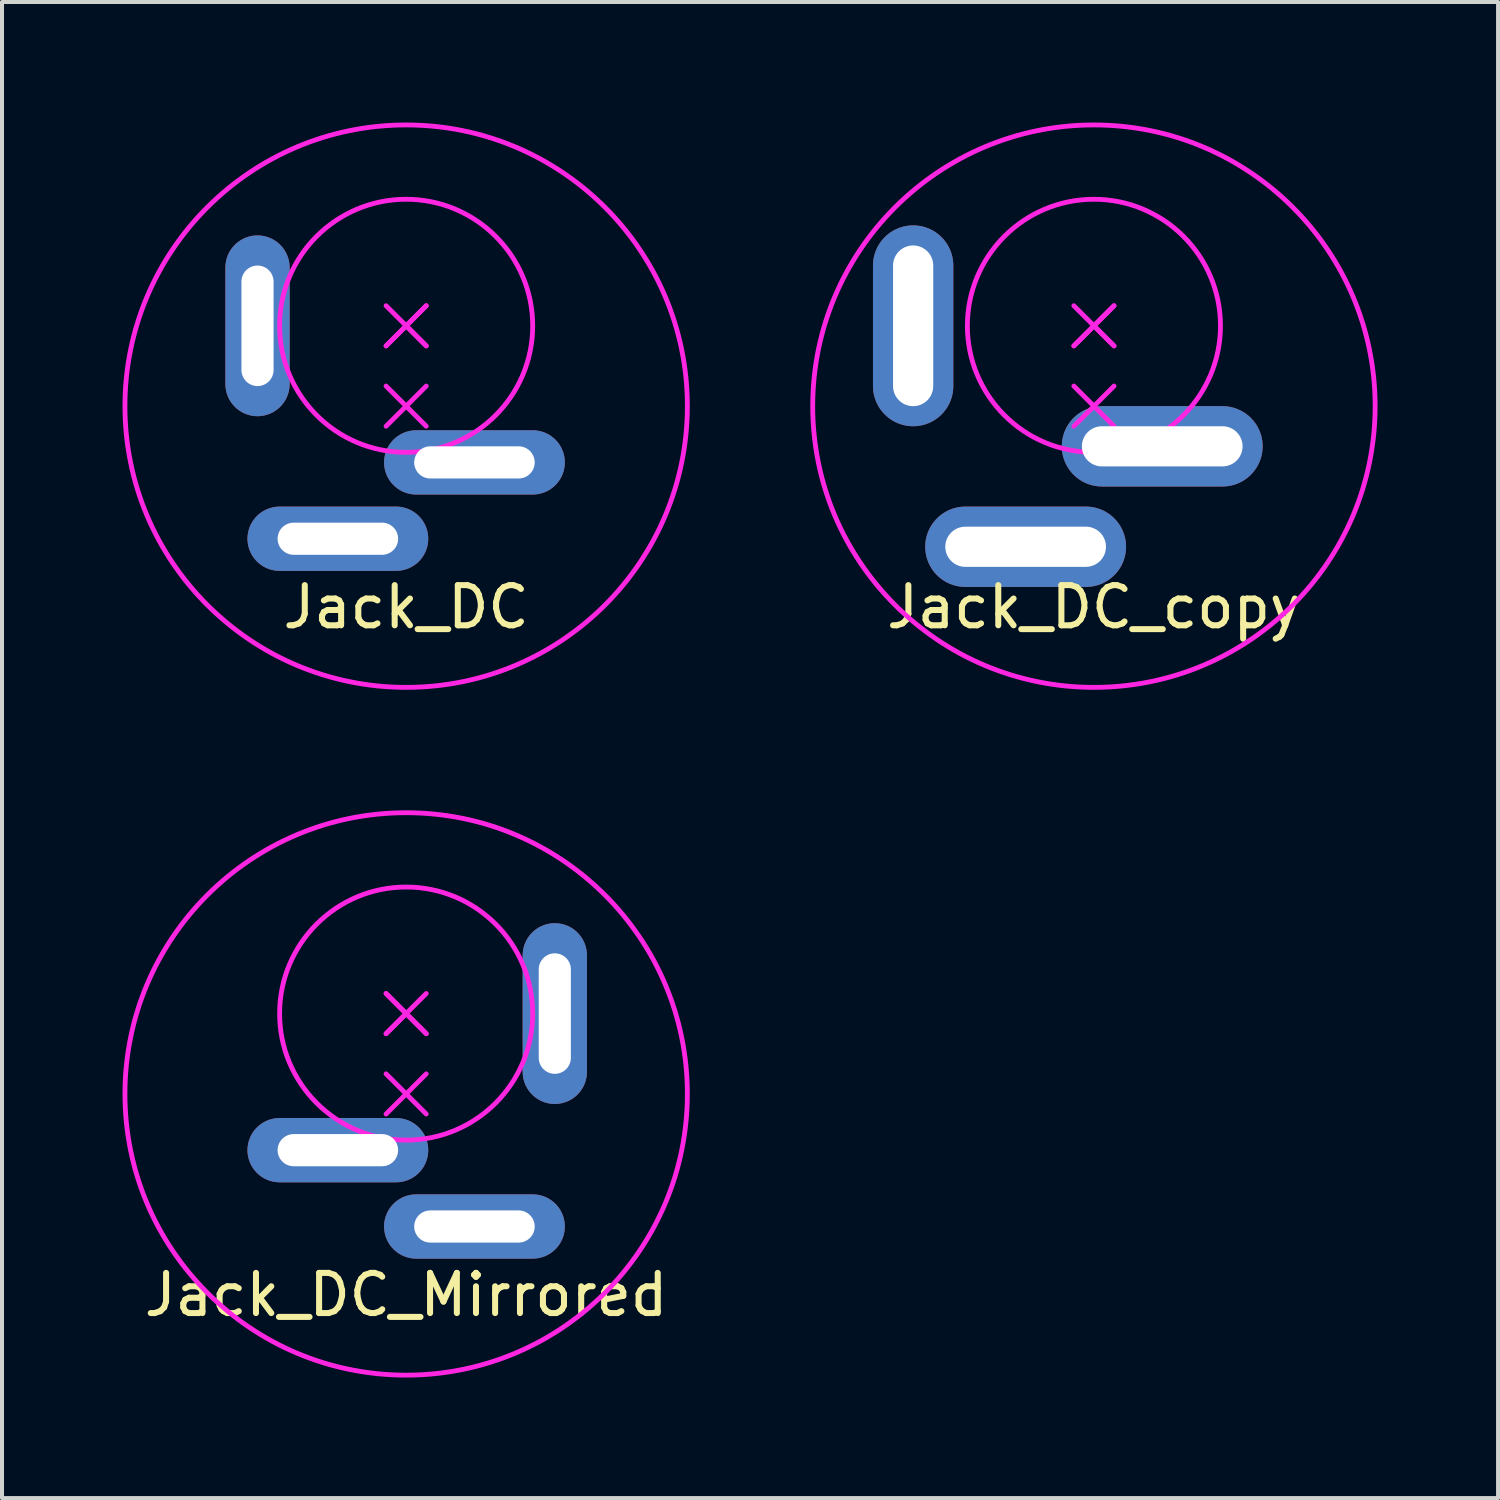
<source format=kicad_pcb>
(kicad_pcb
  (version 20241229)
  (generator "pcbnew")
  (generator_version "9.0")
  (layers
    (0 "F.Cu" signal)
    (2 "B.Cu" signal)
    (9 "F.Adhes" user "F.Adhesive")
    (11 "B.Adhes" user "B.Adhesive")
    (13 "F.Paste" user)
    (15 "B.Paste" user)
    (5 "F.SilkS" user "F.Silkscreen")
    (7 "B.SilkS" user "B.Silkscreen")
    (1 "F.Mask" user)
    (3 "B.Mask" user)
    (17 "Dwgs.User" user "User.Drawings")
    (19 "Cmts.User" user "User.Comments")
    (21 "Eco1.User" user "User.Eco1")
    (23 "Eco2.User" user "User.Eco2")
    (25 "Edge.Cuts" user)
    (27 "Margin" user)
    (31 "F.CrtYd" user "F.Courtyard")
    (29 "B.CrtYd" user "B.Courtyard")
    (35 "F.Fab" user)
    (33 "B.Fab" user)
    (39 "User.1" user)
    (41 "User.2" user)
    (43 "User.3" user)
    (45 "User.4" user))
  (footprint "Jack_DC_Mirrored"
    (layer "F.Cu")
    (at 7.06 24.18)
    (property "Reference" "Jack_DC_Mirrored" (at 0 5 0) (layer "F.SilkS") (effects (font (size 1 1) (thickness 0.15))))
    (attr through_hole)
    (fp_line (start -0.5 -2.5) (end 0 -2) (stroke (width 0.12) (type solid)) (layer "F.CrtYd"))
    (fp_line (start -0.5 -1.5) (end 0 -2) (stroke (width 0.12) (type solid)) (layer "F.CrtYd"))
    (fp_line (start -0.5 -0.5) (end 0.5 0.5) (stroke (width 0.12) (type solid)) (layer "F.CrtYd"))
    (fp_line (start 0 -2) (end -0.5 -2.5) (stroke (width 0.12) (type solid)) (layer "F.CrtYd"))
    (fp_line (start 0 -2) (end -0.5 -1.5) (stroke (width 0.12) (type solid)) (layer "F.CrtYd"))
    (fp_line (start 0 -2) (end 0.5 -2.5) (stroke (width 0.12) (type solid)) (layer "F.CrtYd"))
    (fp_line (start 0 -2) (end 0.5 -1.5) (stroke (width 0.12) (type solid)) (layer "F.CrtYd"))
    (fp_line (start 0 0) (end -0.5 0.5) (stroke (width 0.12) (type solid)) (layer "F.CrtYd"))
    (fp_line (start 0 0) (end 0.5 -0.5) (stroke (width 0.12) (type solid)) (layer "F.CrtYd"))
    (fp_line (start 0.5 -1.5) (end 0 -2) (stroke (width 0.12) (type solid)) (layer "F.CrtYd"))
    (fp_circle (center 0 -2) (end 0 -5.15) (stroke (width 0.12) (type solid)) (fill no) (layer "F.CrtYd"))
    (fp_circle (center 0 0) (end -7 0) (stroke (width 0.12) (type solid)) (fill no) (layer "F.CrtYd"))
    (pad "1" thru_hole oval (at -1.7 1.4) (size 4.5 1.6) (drill oval 3 0.8) (layers "*.Cu" "*.Mask"))
    (pad "2" thru_hole oval (at 1.7 3.3) (size 4.5 1.6) (drill oval 3 0.8) (layers "*.Cu" "*.Mask"))
    (pad "3" thru_hole oval (at 3.7 -2) (size 1.6 4.5) (drill oval 0.8 3) (layers "*.Cu" "*.Mask")))
  (footprint "Jack_DC_copy"
    (layer "F.Cu")
    (at 24.18 7.06)
    (property "Reference" "Jack_DC_copy" (at 0 5 0) (layer "F.SilkS") (effects (font (size 1 1) (thickness 0.15))))
    (attr through_hole)
    (fp_line (start -0.5 -1.5) (end 0 -2) (stroke (width 0.12) (type solid)) (layer "F.CrtYd"))
    (fp_line (start 0 -2) (end -0.5 -2.5) (stroke (width 0.12) (type solid)) (layer "F.CrtYd"))
    (fp_line (start 0 -2) (end -0.5 -1.5) (stroke (width 0.12) (type solid)) (layer "F.CrtYd"))
    (fp_line (start 0 -2) (end 0.5 -2.5) (stroke (width 0.12) (type solid)) (layer "F.CrtYd"))
    (fp_line (start 0 -2) (end 0.5 -1.5) (stroke (width 0.12) (type solid)) (layer "F.CrtYd"))
    (fp_line (start 0 0) (end -0.5 -0.5) (stroke (width 0.12) (type solid)) (layer "F.CrtYd"))
    (fp_line (start 0 0) (end 0.5 0.5) (stroke (width 0.12) (type solid)) (layer "F.CrtYd"))
    (fp_line (start 0.5 -2.5) (end 0 -2) (stroke (width 0.12) (type solid)) (layer "F.CrtYd"))
    (fp_line (start 0.5 -1.5) (end 0 -2) (stroke (width 0.12) (type solid)) (layer "F.CrtYd"))
    (fp_line (start 0.5 -0.5) (end -0.5 0.5) (stroke (width 0.12) (type solid)) (layer "F.CrtYd"))
    (fp_circle (center 0 -2) (end 0 -5.15) (stroke (width 0.12) (type solid)) (fill no) (layer "F.CrtYd"))
    (fp_circle (center 0 0) (end 7 0) (stroke (width 0.12) (type solid)) (fill no) (layer "F.CrtYd"))
    (pad "1" thru_hole oval (at 1.7 1) (size 5 2) (drill oval 4 1) (layers "*.Cu" "*.Mask"))
    (pad "2" thru_hole oval (at -1.7 3.5) (size 5 2) (drill oval 4 1) (layers "*.Cu" "*.Mask"))
    (pad "3" thru_hole oval (at -4.5 -2) (size 2 5) (drill oval 1 4) (layers "*.Cu" "*.Mask")))
  (footprint "Jack_DC"
    (layer "F.Cu")
    (at 7.06 7.06)
    (property "Reference" "Jack_DC" (at 0 5 0) (layer "F.SilkS") (effects (font (size 1 1) (thickness 0.15))))
    (attr through_hole)
    (fp_line (start -0.5 -1.5) (end 0 -2) (stroke (width 0.12) (type solid)) (layer "F.CrtYd"))
    (fp_line (start 0 -2) (end -0.5 -2.5) (stroke (width 0.12) (type solid)) (layer "F.CrtYd"))
    (fp_line (start 0 -2) (end -0.5 -1.5) (stroke (width 0.12) (type solid)) (layer "F.CrtYd"))
    (fp_line (start 0 -2) (end 0.5 -2.5) (stroke (width 0.12) (type solid)) (layer "F.CrtYd"))
    (fp_line (start 0 -2) (end 0.5 -1.5) (stroke (width 0.12) (type solid)) (layer "F.CrtYd"))
    (fp_line (start 0 0) (end -0.5 -0.5) (stroke (width 0.12) (type solid)) (layer "F.CrtYd"))
    (fp_line (start 0 0) (end 0.5 0.5) (stroke (width 0.12) (type solid)) (layer "F.CrtYd"))
    (fp_line (start 0.5 -2.5) (end 0 -2) (stroke (width 0.12) (type solid)) (layer "F.CrtYd"))
    (fp_line (start 0.5 -1.5) (end 0 -2) (stroke (width 0.12) (type solid)) (layer "F.CrtYd"))
    (fp_line (start 0.5 -0.5) (end -0.5 0.5) (stroke (width 0.12) (type solid)) (layer "F.CrtYd"))
    (fp_circle (center 0 -2) (end 0 -5.15) (stroke (width 0.12) (type solid)) (fill no) (layer "F.CrtYd"))
    (fp_circle (center 0 0) (end 7 0) (stroke (width 0.12) (type solid)) (fill no) (layer "F.CrtYd"))
    (pad "1" thru_hole oval (at 1.7 1.4) (size 4.5 1.6) (drill oval 3 0.8) (layers "*.Cu" "*.Mask"))
    (pad "2" thru_hole oval (at -1.7 3.3) (size 4.5 1.6) (drill oval 3 0.8) (layers "*.Cu" "*.Mask"))
    (pad "3" thru_hole oval (at -3.7 -2) (size 1.6 4.5) (drill oval 0.8 3) (layers "*.Cu" "*.Mask")))
  (gr_rect
    (start -3 -3)
    (end 34.24 34.24)
    (stroke (width 0.1) (type default))
    (fill no)
    (layer "Edge.Cuts")))
</source>
